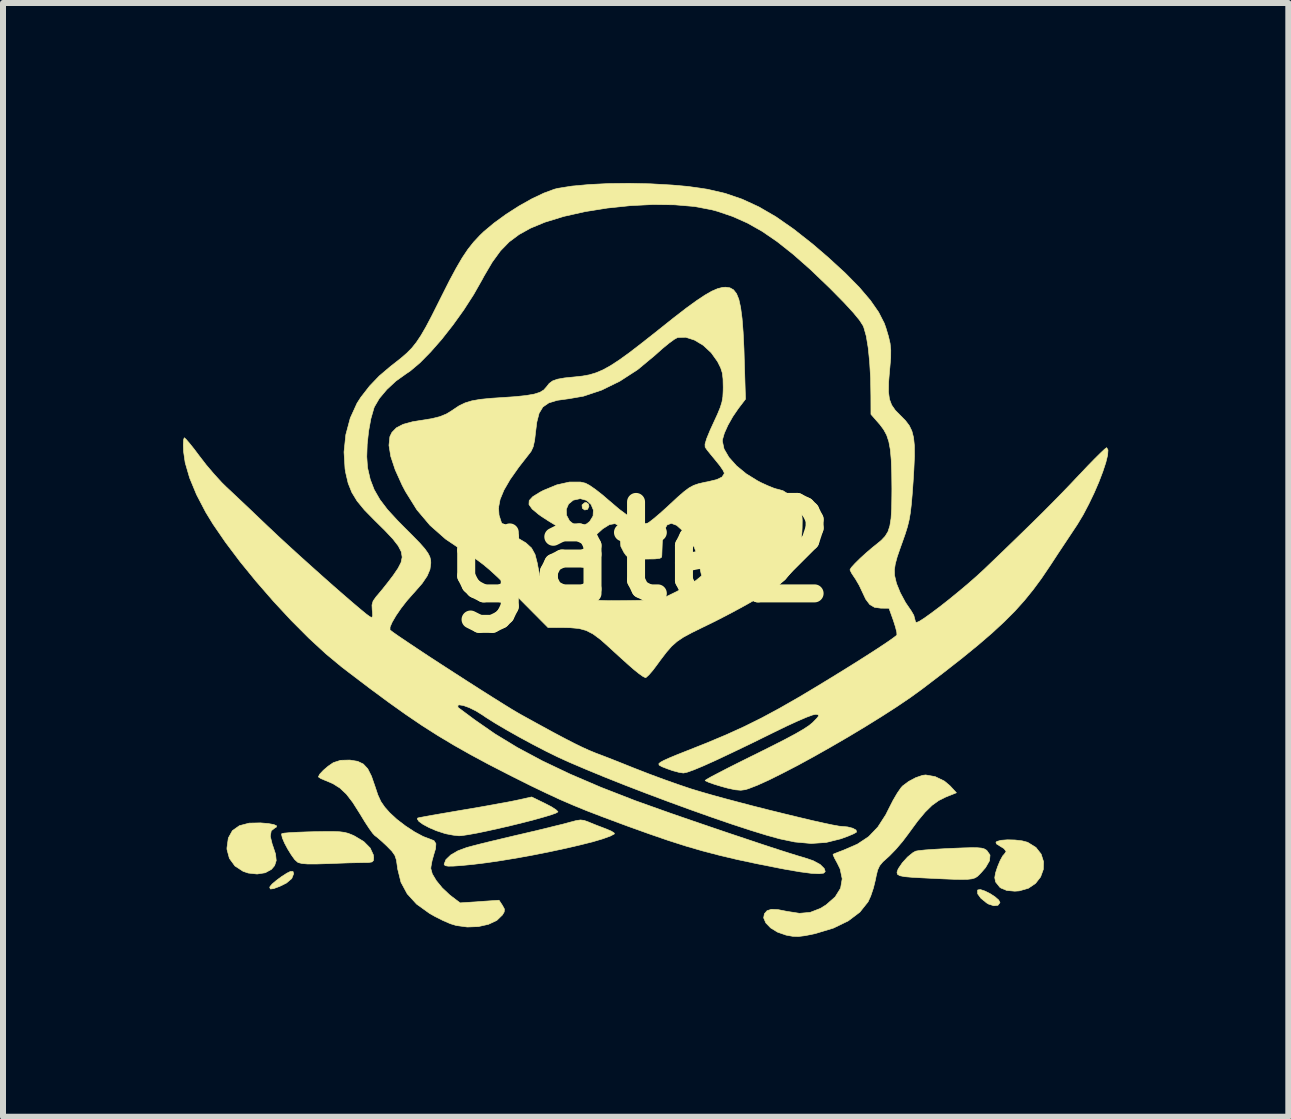
<source format=kicad_pcb>
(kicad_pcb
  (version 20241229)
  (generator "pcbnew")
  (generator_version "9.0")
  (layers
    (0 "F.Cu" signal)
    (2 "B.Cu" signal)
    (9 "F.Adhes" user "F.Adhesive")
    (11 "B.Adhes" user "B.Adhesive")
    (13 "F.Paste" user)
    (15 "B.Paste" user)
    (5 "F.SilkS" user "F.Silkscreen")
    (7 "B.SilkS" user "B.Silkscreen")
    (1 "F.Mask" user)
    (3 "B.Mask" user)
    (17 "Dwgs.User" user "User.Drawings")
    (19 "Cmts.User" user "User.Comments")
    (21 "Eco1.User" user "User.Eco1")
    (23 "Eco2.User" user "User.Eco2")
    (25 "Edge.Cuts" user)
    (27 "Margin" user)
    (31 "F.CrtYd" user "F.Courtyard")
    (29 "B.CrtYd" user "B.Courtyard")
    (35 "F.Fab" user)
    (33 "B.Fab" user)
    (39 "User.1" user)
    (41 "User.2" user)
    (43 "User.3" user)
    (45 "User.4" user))
  (footprint "gate2"
    (layer "F.Cu")
    (at 7.622 6.149)
    (property "Reference" "gate2" (at 0 0 0) (layer "F.SilkS") (effects (font (size 1.524 1.524) (thickness 0.3))))
    (fp_poly (pts (xy -0.866 -0.799) (xy -0.857 -0.762) (xy -0.88 -0.711) (xy -0.928 -0.7) (xy -0.968 -0.73) (xy -0.973 -0.784) (xy -0.931 -0.821) (xy -0.903 -0.826) (xy -0.866 -0.799)) (stroke (width 0.01) (type solid)) (fill yes) (layer "F.SilkS"))
    (fp_poly (pts (xy -5.779 5.362) (xy -5.81 5.441) (xy -5.9 5.517) (xy -6.009 5.571) (xy -6.111 5.609) (xy -6.165 5.616) (xy -6.177 5.592) (xy -6.173 5.576) (xy -6.137 5.533) (xy -6.065 5.472) (xy -5.977 5.407) (xy -5.891 5.352) (xy -5.834 5.324) (xy -5.789 5.324) (xy -5.779 5.362)) (stroke (width 0.01) (type solid)) (fill yes) (layer "F.SilkS"))
    (fp_poly (pts (xy 5.739 5.649) (xy 5.826 5.692) (xy 5.909 5.746) (xy 5.97 5.799) (xy 5.992 5.841) (xy 5.992 5.842) (xy 5.958 5.887) (xy 5.89 5.895) (xy 5.802 5.867) (xy 5.77 5.848) (xy 5.674 5.77) (xy 5.621 5.697) (xy 5.618 5.64) (xy 5.623 5.631) (xy 5.666 5.625) (xy 5.739 5.649)) (stroke (width 0.01) (type solid)) (fill yes) (layer "F.SilkS"))
    (fp_poly (pts (xy -6.201 4.525) (xy -6.108 4.542) (xy -6.062 4.564) (xy -6.069 4.586) (xy -6.088 4.595) (xy -6.152 4.646) (xy -6.168 4.737) (xy -6.136 4.868) (xy -6.128 4.889) (xy -6.08 5.034) (xy -6.069 5.142) (xy -6.096 5.226) (xy -6.148 5.288) (xy -6.252 5.345) (xy -6.388 5.366) (xy -6.535 5.35) (xy -6.621 5.321) (xy -6.757 5.232) (xy -6.849 5.106) (xy -6.889 4.958) (xy -6.89 4.932) (xy -6.867 4.766) (xy -6.799 4.643) (xy -6.683 4.561) (xy -6.52 4.518) (xy -6.332 4.514) (xy -6.201 4.525)) (stroke (width 0.01) (type solid)) (fill yes) (layer "F.SilkS"))
    (fp_poly (pts (xy 6.242 4.799) (xy 6.361 4.813) (xy 6.452 4.837) (xy 6.454 4.838) (xy 6.591 4.923) (xy 6.678 5.034) (xy 6.718 5.16) (xy 6.714 5.29) (xy 6.669 5.414) (xy 6.585 5.522) (xy 6.466 5.603) (xy 6.313 5.647) (xy 6.238 5.652) (xy 6.105 5.64) (xy 6.009 5.6) (xy 5.989 5.586) (xy 5.919 5.498) (xy 5.905 5.427) (xy 5.918 5.349) (xy 5.951 5.248) (xy 5.993 5.146) (xy 6.037 5.065) (xy 6.068 5.03) (xy 6.095 4.99) (xy 6.059 4.942) (xy 5.996 4.903) (xy 5.934 4.864) (xy 5.925 4.837) (xy 5.941 4.823) (xy 6.009 4.804) (xy 6.117 4.796) (xy 6.242 4.799)) (stroke (width 0.01) (type solid)) (fill yes) (layer "F.SilkS"))
    (fp_poly (pts (xy -5.01 4.662) (xy -4.933 4.672) (xy -4.87 4.688) (xy -4.807 4.713) (xy -4.76 4.735) (xy -4.609 4.826) (xy -4.503 4.933) (xy -4.45 5.048) (xy -4.445 5.093) (xy -4.449 5.141) (xy -4.473 5.165) (xy -4.531 5.174) (xy -4.615 5.175) (xy -4.712 5.177) (xy -4.854 5.18) (xy -5.023 5.186) (xy -5.199 5.193) (xy -5.21 5.193) (xy -5.403 5.199) (xy -5.542 5.199) (xy -5.638 5.191) (xy -5.699 5.176) (xy -5.712 5.169) (xy -5.76 5.126) (xy -5.817 5.047) (xy -5.877 4.95) (xy -5.93 4.851) (xy -5.967 4.764) (xy -5.98 4.706) (xy -5.976 4.693) (xy -5.938 4.685) (xy -5.848 4.677) (xy -5.717 4.67) (xy -5.556 4.664) (xy -5.445 4.661) (xy -5.253 4.658) (xy -5.112 4.658) (xy -5.01 4.662)) (stroke (width 0.01) (type solid)) (fill yes) (layer "F.SilkS"))
    (fp_poly (pts (xy 5.615 4.928) (xy 5.682 4.934) (xy 5.728 4.946) (xy 5.761 4.965) (xy 5.774 4.975) (xy 5.826 5.05) (xy 5.818 5.144) (xy 5.751 5.26) (xy 5.684 5.337) (xy 5.646 5.377) (xy 5.613 5.408) (xy 5.575 5.431) (xy 5.526 5.446) (xy 5.456 5.454) (xy 5.359 5.456) (xy 5.225 5.454) (xy 5.048 5.447) (xy 4.817 5.436) (xy 4.715 5.431) (xy 4.531 5.421) (xy 4.403 5.41) (xy 4.323 5.394) (xy 4.283 5.37) (xy 4.276 5.336) (xy 4.293 5.289) (xy 4.299 5.276) (xy 4.365 5.179) (xy 4.452 5.083) (xy 4.542 5.01) (xy 4.588 4.985) (xy 4.64 4.976) (xy 4.743 4.965) (xy 4.886 4.955) (xy 5.055 4.945) (xy 5.177 4.939) (xy 5.372 4.931) (xy 5.515 4.927) (xy 5.615 4.928)) (stroke (width 0.01) (type solid)) (fill yes) (layer "F.SilkS"))
    (fp_poly (pts (xy -1.588 4.191) (xy -1.484 4.245) (xy -1.409 4.293) (xy -1.375 4.326) (xy -1.375 4.331) (xy -1.409 4.351) (xy -1.496 4.382) (xy -1.624 4.42) (xy -1.785 4.465) (xy -1.968 4.512) (xy -2.164 4.56) (xy -2.362 4.606) (xy -2.552 4.648) (xy -2.725 4.684) (xy -2.87 4.71) (xy -2.977 4.726) (xy -3.024 4.729) (xy -3.121 4.718) (xy -3.237 4.696) (xy -3.27 4.687) (xy -3.401 4.644) (xy -3.522 4.592) (xy -3.623 4.538) (xy -3.692 4.488) (xy -3.718 4.448) (xy -3.711 4.433) (xy -3.678 4.425) (xy -3.591 4.409) (xy -3.459 4.385) (xy -3.292 4.356) (xy -3.099 4.323) (xy -3 4.306) (xy -2.779 4.269) (xy -2.563 4.231) (xy -2.366 4.195) (xy -2.2 4.165) (xy -2.08 4.141) (xy -2.057 4.136) (xy -1.812 4.082) (xy -1.588 4.191)) (stroke (width 0.01) (type solid)) (fill yes) (layer "F.SilkS"))
    (fp_poly (pts (xy -0.937 4.473) (xy -0.865 4.499) (xy -0.849 4.506) (xy -0.733 4.553) (xy -0.602 4.603) (xy -0.561 4.619) (xy -0.48 4.654) (xy -0.436 4.684) (xy -0.434 4.698) (xy -0.502 4.734) (xy -0.624 4.778) (xy -0.792 4.828) (xy -0.998 4.88) (xy -1.234 4.935) (xy -1.49 4.99) (xy -1.759 5.044) (xy -2.032 5.094) (xy -2.301 5.139) (xy -2.557 5.177) (xy -2.792 5.206) (xy -2.977 5.224) (xy -3.116 5.234) (xy -3.204 5.235) (xy -3.251 5.227) (xy -3.269 5.21) (xy -3.27 5.2) (xy -3.241 5.126) (xy -3.161 5.049) (xy -3.041 4.979) (xy -2.893 4.924) (xy -2.892 4.924) (xy -2.796 4.898) (xy -2.652 4.861) (xy -2.472 4.817) (xy -2.27 4.769) (xy -2.06 4.719) (xy -2.032 4.713) (xy -1.823 4.664) (xy -1.621 4.616) (xy -1.44 4.571) (xy -1.292 4.535) (xy -1.192 4.508) (xy -1.182 4.505) (xy -1.072 4.476) (xy -0.998 4.465) (xy -0.937 4.473)) (stroke (width 0.01) (type solid)) (fill yes) (layer "F.SilkS"))
    (fp_poly (pts (xy 4.912 3.743) (xy 5.065 3.817) (xy 5.161 3.898) (xy 5.266 4.012) (xy 5.086 4.084) (xy 4.97 4.142) (xy 4.859 4.222) (xy 4.745 4.334) (xy 4.619 4.485) (xy 4.473 4.684) (xy 4.466 4.694) (xy 4.367 4.825) (xy 4.256 4.955) (xy 4.153 5.061) (xy 4.127 5.085) (xy 4.04 5.163) (xy 3.987 5.227) (xy 3.953 5.3) (xy 3.928 5.404) (xy 3.917 5.461) (xy 3.883 5.599) (xy 3.838 5.733) (xy 3.794 5.829) (xy 3.657 6.001) (xy 3.464 6.147) (xy 3.217 6.267) (xy 2.919 6.357) (xy 2.899 6.362) (xy 2.747 6.393) (xy 2.634 6.407) (xy 2.538 6.404) (xy 2.437 6.386) (xy 2.424 6.383) (xy 2.284 6.334) (xy 2.17 6.264) (xy 2.09 6.181) (xy 2.054 6.097) (xy 2.066 6.029) (xy 2.111 5.977) (xy 2.183 5.954) (xy 2.292 5.959) (xy 2.445 5.989) (xy 2.651 6.021) (xy 2.83 6.005) (xy 3 5.939) (xy 3.095 5.88) (xy 3.246 5.747) (xy 3.336 5.602) (xy 3.363 5.446) (xy 3.328 5.281) (xy 3.282 5.187) (xy 3.238 5.106) (xy 3.213 5.051) (xy 3.211 5.037) (xy 3.245 5.022) (xy 3.32 4.993) (xy 3.381 4.97) (xy 3.616 4.868) (xy 3.804 4.743) (xy 3.957 4.583) (xy 4.089 4.378) (xy 4.143 4.27) (xy 4.211 4.137) (xy 4.282 4.016) (xy 4.344 3.927) (xy 4.369 3.899) (xy 4.469 3.824) (xy 4.587 3.761) (xy 4.7 3.722) (xy 4.754 3.715) (xy 4.912 3.743)) (stroke (width 0.01) (type solid)) (fill yes) (layer "F.SilkS"))
    (fp_poly (pts (xy -4.836 3.468) (xy -4.712 3.488) (xy -4.618 3.533) (xy -4.544 3.612) (xy -4.482 3.735) (xy -4.424 3.902) (xy -4.375 4.049) (xy -4.325 4.158) (xy -4.261 4.251) (xy -4.18 4.343) (xy -4.06 4.454) (xy -3.915 4.565) (xy -3.762 4.665) (xy -3.62 4.741) (xy -3.514 4.781) (xy -3.44 4.81) (xy -3.408 4.861) (xy -3.414 4.945) (xy -3.442 5.037) (xy -3.472 5.145) (xy -3.49 5.243) (xy -3.493 5.274) (xy -3.468 5.365) (xy -3.401 5.477) (xy -3.302 5.598) (xy -3.181 5.712) (xy -3.144 5.741) (xy -3.004 5.847) (xy -2.356 5.803) (xy -2.301 5.886) (xy -2.266 5.95) (xy -2.27 5.998) (xy -2.299 6.048) (xy -2.393 6.139) (xy -2.532 6.204) (xy -2.701 6.242) (xy -2.885 6.249) (xy -3.069 6.224) (xy -3.167 6.194) (xy -3.288 6.142) (xy -3.425 6.073) (xy -3.516 6.021) (xy -3.73 5.867) (xy -3.886 5.696) (xy -3.99 5.503) (xy -4.046 5.278) (xy -4.05 5.243) (xy -4.066 5.133) (xy -4.092 5.055) (xy -4.14 4.987) (xy -4.223 4.902) (xy -4.228 4.897) (xy -4.314 4.817) (xy -4.387 4.754) (xy -4.429 4.722) (xy -4.462 4.686) (xy -4.519 4.607) (xy -4.592 4.496) (xy -4.672 4.364) (xy -4.674 4.361) (xy -4.793 4.173) (xy -4.9 4.034) (xy -5.008 3.933) (xy -5.126 3.859) (xy -5.247 3.808) (xy -5.322 3.777) (xy -5.363 3.75) (xy -5.366 3.745) (xy -5.342 3.7) (xy -5.282 3.636) (xy -5.203 3.569) (xy -5.123 3.514) (xy -5.111 3.508) (xy -4.996 3.471) (xy -4.851 3.467) (xy -4.836 3.468)) (stroke (width 0.01) (type solid)) (fill yes) (layer "F.SilkS"))
    (fp_poly (pts (xy 1.491 -4.403) (xy 1.551 -4.37) (xy 1.601 -4.307) (xy 1.64 -4.211) (xy 1.67 -4.075) (xy 1.694 -3.894) (xy 1.712 -3.663) (xy 1.726 -3.377) (xy 1.731 -3.202) (xy 1.751 -2.547) (xy 1.633 -2.393) (xy 1.54 -2.257) (xy 1.459 -2.114) (xy 1.399 -1.981) (xy 1.368 -1.874) (xy 1.366 -1.846) (xy 1.394 -1.717) (xy 1.475 -1.578) (xy 1.601 -1.437) (xy 1.764 -1.303) (xy 1.955 -1.185) (xy 2.015 -1.154) (xy 2.127 -1.103) (xy 2.219 -1.066) (xy 2.276 -1.048) (xy 2.281 -1.048) (xy 2.375 -1.022) (xy 2.48 -0.956) (xy 2.576 -0.864) (xy 2.639 -0.769) (xy 2.671 -0.695) (xy 2.69 -0.621) (xy 2.697 -0.53) (xy 2.695 -0.404) (xy 2.691 -0.323) (xy 2.665 -0.065) (xy 2.612 0.143) (xy 2.531 0.313) (xy 2.416 0.455) (xy 2.405 0.466) (xy 2.31 0.543) (xy 2.165 0.642) (xy 1.979 0.756) (xy 1.76 0.881) (xy 1.517 1.013) (xy 1.258 1.147) (xy 1.035 1.256) (xy 0.854 1.345) (xy 0.717 1.419) (xy 0.61 1.491) (xy 0.52 1.571) (xy 0.432 1.672) (xy 0.332 1.803) (xy 0.287 1.865) (xy 0.21 1.968) (xy 0.143 2.046) (xy 0.096 2.089) (xy 0.085 2.094) (xy 0.043 2.074) (xy -0.03 2.022) (xy -0.108 1.959) (xy -0.201 1.878) (xy -0.321 1.77) (xy -0.448 1.654) (xy -0.513 1.594) (xy -0.663 1.46) (xy -0.788 1.367) (xy -0.904 1.307) (xy -1.028 1.274) (xy -1.174 1.261) (xy -1.27 1.259) (xy -1.54 1.258) (xy -2.064 0.73) (xy -2.242 0.552) (xy -2.386 0.412) (xy -2.507 0.301) (xy -2.613 0.212) (xy -2.715 0.135) (xy -2.823 0.063) (xy -2.937 -0.007) (xy -3.248 -0.217) (xy -3.506 -0.445) (xy -3.725 -0.704) (xy -3.748 -0.741) (xy -2.364 -0.741) (xy -2.356 -0.615) (xy -2.316 -0.491) (xy -2.302 -0.46) (xy -2.245 -0.373) (xy -2.161 -0.301) (xy -2.049 -0.236) (xy -1.909 -0.153) (xy -1.815 -0.067) (xy -1.756 0.04) (xy -1.718 0.187) (xy -1.709 0.239) (xy -1.678 0.389) (xy -1.635 0.493) (xy -1.568 0.568) (xy -1.468 0.631) (xy -1.456 0.637) (xy -1.312 0.701) (xy -1.159 0.749) (xy -0.986 0.782) (xy -0.782 0.802) (xy -0.535 0.811) (xy -0.28 0.81) (xy 0.314 0.801) (xy 0.578 0.672) (xy 0.707 0.605) (xy 0.824 0.539) (xy 0.91 0.485) (xy 0.931 0.47) (xy 1.02 0.396) (xy 0.967 0.158) (xy 0.929 0.006) (xy 0.887 -0.108) (xy 0.829 -0.206) (xy 0.743 -0.313) (xy 0.708 -0.352) (xy 0.604 -0.445) (xy 0.515 -0.478) (xy 0.445 -0.451) (xy 0.396 -0.365) (xy 0.368 -0.223) (xy 0.364 -0.143) (xy 0.36 -0.035) (xy 0.357 0.05) (xy 0.354 0.085) (xy 0.325 0.105) (xy 0.242 0.115) (xy 0.1 0.117) (xy 0.073 0.117) (xy -0.06 0.113) (xy -0.146 0.106) (xy -0.199 0.09) (xy -0.236 0.06) (xy -0.272 0.011) (xy -0.276 0.004) (xy -0.326 -0.093) (xy -0.334 -0.19) (xy -0.33 -0.222) (xy -0.325 -0.354) (xy -0.359 -0.438) (xy -0.424 -0.473) (xy -0.515 -0.457) (xy -0.626 -0.388) (xy -0.706 -0.316) (xy -0.81 -0.22) (xy -0.883 -0.176) (xy -0.917 -0.174) (xy -0.996 -0.211) (xy -1.113 -0.272) (xy -1.252 -0.35) (xy -1.398 -0.436) (xy -1.534 -0.519) (xy -1.647 -0.592) (xy -1.7 -0.63) (xy -1.797 -0.712) (xy -1.235 -0.712) (xy -1.231 -0.613) (xy -1.181 -0.519) (xy -1.095 -0.45) (xy -0.997 -0.43) (xy -0.893 -0.47) (xy -0.844 -0.51) (xy -0.789 -0.6) (xy -0.784 -0.7) (xy -0.822 -0.792) (xy -0.897 -0.861) (xy -1.001 -0.889) (xy -1.005 -0.889) (xy -1.119 -0.864) (xy -1.197 -0.8) (xy -1.235 -0.712) (xy -1.797 -0.712) (xy -1.805 -0.719) (xy -1.857 -0.792) (xy -1.853 -0.858) (xy -1.793 -0.923) (xy -1.673 -0.997) (xy -1.618 -1.026) (xy -1.393 -1.119) (xy -1.183 -1.166) (xy -0.998 -1.166) (xy -0.916 -1.147) (xy -0.848 -1.111) (xy -0.748 -1.042) (xy -0.632 -0.951) (xy -0.538 -0.87) (xy -0.352 -0.712) (xy -0.188 -0.59) (xy -0.053 -0.508) (xy 0.05 -0.469) (xy 0.099 -0.468) (xy 0.144 -0.495) (xy 0.224 -0.557) (xy 0.329 -0.646) (xy 0.449 -0.754) (xy 0.481 -0.784) (xy 0.62 -0.913) (xy 0.726 -1.005) (xy 0.81 -1.068) (xy 0.887 -1.11) (xy 0.969 -1.138) (xy 1.068 -1.161) (xy 1.127 -1.172) (xy 1.272 -1.207) (xy 1.359 -1.249) (xy 1.395 -1.302) (xy 1.397 -1.319) (xy 1.377 -1.362) (xy 1.326 -1.437) (xy 1.254 -1.526) (xy 1.252 -1.529) (xy 1.175 -1.622) (xy 1.112 -1.7) (xy 1.079 -1.748) (xy 1.077 -1.798) (xy 1.105 -1.891) (xy 1.163 -2.032) (xy 1.215 -2.145) (xy 1.285 -2.297) (xy 1.331 -2.409) (xy 1.359 -2.5) (xy 1.374 -2.586) (xy 1.379 -2.686) (xy 1.38 -2.746) (xy 1.377 -2.884) (xy 1.365 -2.984) (xy 1.338 -3.069) (xy 1.29 -3.165) (xy 1.286 -3.173) (xy 1.18 -3.321) (xy 1.048 -3.444) (xy 0.901 -3.532) (xy 0.755 -3.579) (xy 0.621 -3.575) (xy 0.567 -3.546) (xy 0.479 -3.482) (xy 0.369 -3.392) (xy 0.248 -3.284) (xy 0.233 -3.271) (xy -0.045 -3.04) (xy -0.343 -2.847) (xy -0.647 -2.698) (xy -0.949 -2.597) (xy -1.191 -2.555) (xy -1.386 -2.528) (xy -1.527 -2.485) (xy -1.625 -2.417) (xy -1.688 -2.313) (xy -1.726 -2.166) (xy -1.745 -2.015) (xy -1.763 -1.86) (xy -1.787 -1.753) (xy -1.821 -1.679) (xy -1.838 -1.656) (xy -2.027 -1.414) (xy -2.172 -1.208) (xy -2.274 -1.032) (xy -2.338 -0.878) (xy -2.364 -0.741) (xy -3.748 -0.741) (xy -3.914 -1.007) (xy -3.969 -1.111) (xy -4.086 -1.37) (xy -4.16 -1.593) (xy -4.19 -1.778) (xy -4.175 -1.922) (xy -4.141 -1.993) (xy -4.066 -2.07) (xy -3.954 -2.128) (xy -3.796 -2.171) (xy -3.661 -2.193) (xy -3.479 -2.222) (xy -3.342 -2.256) (xy -3.234 -2.3) (xy -3.136 -2.36) (xy -3.119 -2.372) (xy -3.023 -2.436) (xy -2.924 -2.484) (xy -2.81 -2.519) (xy -2.669 -2.544) (xy -2.487 -2.562) (xy -2.319 -2.573) (xy -2.084 -2.589) (xy -1.904 -2.608) (xy -1.771 -2.631) (xy -1.676 -2.661) (xy -1.611 -2.7) (xy -1.567 -2.749) (xy -1.52 -2.809) (xy -1.463 -2.851) (xy -1.382 -2.88) (xy -1.264 -2.901) (xy -1.096 -2.918) (xy -1.094 -2.918) (xy -0.966 -2.932) (xy -0.85 -2.953) (xy -0.738 -2.987) (xy -0.623 -3.036) (xy -0.498 -3.105) (xy -0.355 -3.198) (xy -0.187 -3.319) (xy 0.012 -3.472) (xy 0.252 -3.661) (xy 0.308 -3.706) (xy 0.557 -3.904) (xy 0.764 -4.064) (xy 0.935 -4.188) (xy 1.075 -4.281) (xy 1.19 -4.347) (xy 1.285 -4.388) (xy 1.366 -4.409) (xy 1.419 -4.413) (xy 1.491 -4.403)) (stroke (width 0.01) (type solid)) (fill yes) (layer "F.SilkS"))
    (fp_poly (pts (xy 0.169 -6.136) (xy 0.52 -6.116) (xy 0.794 -6.092) (xy 1.113 -6.046) (xy 1.411 -5.977) (xy 1.695 -5.88) (xy 1.975 -5.751) (xy 2.259 -5.586) (xy 2.555 -5.38) (xy 2.872 -5.13) (xy 3.127 -4.911) (xy 3.415 -4.647) (xy 3.649 -4.409) (xy 3.833 -4.193) (xy 3.97 -3.996) (xy 4.064 -3.812) (xy 4.09 -3.739) (xy 4.134 -3.593) (xy 4.161 -3.476) (xy 4.172 -3.365) (xy 4.171 -3.238) (xy 4.157 -3.074) (xy 4.153 -3.035) (xy 4.136 -2.828) (xy 4.134 -2.669) (xy 4.15 -2.547) (xy 4.187 -2.449) (xy 4.248 -2.361) (xy 4.337 -2.271) (xy 4.418 -2.189) (xy 4.48 -2.107) (xy 4.524 -2.016) (xy 4.552 -1.907) (xy 4.566 -1.77) (xy 4.567 -1.596) (xy 4.557 -1.375) (xy 4.545 -1.176) (xy 4.529 -0.956) (xy 4.514 -0.786) (xy 4.498 -0.65) (xy 4.478 -0.534) (xy 4.451 -0.423) (xy 4.414 -0.304) (xy 4.364 -0.162) (xy 4.334 -0.079) (xy 4.279 0.081) (xy 4.247 0.2) (xy 4.233 0.294) (xy 4.235 0.382) (xy 4.236 0.392) (xy 4.267 0.523) (xy 4.331 0.68) (xy 4.418 0.842) (xy 4.513 0.981) (xy 4.556 1.055) (xy 4.572 1.116) (xy 4.585 1.165) (xy 4.601 1.175) (xy 4.648 1.155) (xy 4.734 1.1) (xy 4.851 1.016) (xy 4.991 0.911) (xy 5.145 0.79) (xy 5.304 0.66) (xy 5.461 0.528) (xy 5.606 0.401) (xy 5.732 0.285) (xy 5.736 0.281) (xy 6.028 0.001) (xy 6.28 -0.243) (xy 6.499 -0.456) (xy 6.691 -0.645) (xy 6.862 -0.817) (xy 7.02 -0.978) (xy 7.17 -1.134) (xy 7.32 -1.293) (xy 7.322 -1.294) (xy 7.453 -1.433) (xy 7.571 -1.554) (xy 7.668 -1.65) (xy 7.736 -1.714) (xy 7.769 -1.739) (xy 7.77 -1.739) (xy 7.792 -1.7) (xy 7.786 -1.615) (xy 7.756 -1.492) (xy 7.706 -1.34) (xy 7.64 -1.167) (xy 7.561 -0.984) (xy 7.472 -0.799) (xy 7.378 -0.62) (xy 7.28 -0.457) (xy 7.246 -0.406) (xy 7.171 -0.293) (xy 7.072 -0.144) (xy 6.961 0.023) (xy 6.85 0.193) (xy 6.82 0.238) (xy 6.683 0.441) (xy 6.544 0.629) (xy 6.398 0.809) (xy 6.24 0.985) (xy 6.062 1.163) (xy 5.861 1.349) (xy 5.63 1.548) (xy 5.363 1.766) (xy 5.054 2.008) (xy 4.699 2.279) (xy 4.683 2.291) (xy 4.492 2.429) (xy 4.266 2.582) (xy 4.014 2.744) (xy 3.743 2.912) (xy 3.46 3.082) (xy 3.174 3.248) (xy 2.891 3.408) (xy 2.62 3.556) (xy 2.367 3.687) (xy 2.142 3.799) (xy 1.95 3.886) (xy 1.8 3.944) (xy 1.748 3.96) (xy 1.673 3.97) (xy 1.58 3.962) (xy 1.454 3.935) (xy 1.359 3.909) (xy 1.236 3.872) (xy 1.141 3.839) (xy 1.087 3.814) (xy 1.079 3.806) (xy 1.107 3.787) (xy 1.184 3.743) (xy 1.305 3.68) (xy 1.461 3.599) (xy 1.646 3.506) (xy 1.853 3.403) (xy 1.915 3.373) (xy 2.189 3.236) (xy 2.411 3.123) (xy 2.585 3.03) (xy 2.716 2.954) (xy 2.81 2.892) (xy 2.871 2.842) (xy 2.874 2.839) (xy 2.943 2.768) (xy 2.971 2.73) (xy 2.962 2.712) (xy 2.926 2.704) (xy 2.872 2.715) (xy 2.768 2.753) (xy 2.619 2.817) (xy 2.432 2.903) (xy 2.212 3.01) (xy 2.212 3.01) (xy 1.84 3.193) (xy 1.523 3.345) (xy 1.26 3.469) (xy 1.049 3.564) (xy 0.888 3.631) (xy 0.778 3.67) (xy 0.717 3.683) (xy 0.644 3.672) (xy 0.539 3.644) (xy 0.456 3.615) (xy 0.358 3.577) (xy 0.312 3.551) (xy 0.307 3.528) (xy 0.334 3.504) (xy 0.387 3.475) (xy 0.484 3.431) (xy 0.612 3.378) (xy 0.728 3.332) (xy 1.101 3.184) (xy 1.43 3.046) (xy 1.731 2.909) (xy 2.023 2.764) (xy 2.32 2.604) (xy 2.641 2.42) (xy 2.834 2.305) (xy 3.085 2.153) (xy 3.328 2.004) (xy 3.555 1.863) (xy 3.762 1.732) (xy 3.942 1.616) (xy 4.089 1.519) (xy 4.197 1.444) (xy 4.261 1.396) (xy 4.275 1.38) (xy 4.272 1.334) (xy 4.25 1.248) (xy 4.216 1.141) (xy 4.143 0.937) (xy 4.008 0.936) (xy 3.902 0.922) (xy 3.822 0.875) (xy 3.755 0.786) (xy 3.699 0.667) (xy 3.646 0.555) (xy 3.584 0.449) (xy 3.566 0.423) (xy 3.519 0.352) (xy 3.494 0.301) (xy 3.493 0.295) (xy 3.515 0.258) (xy 3.575 0.192) (xy 3.661 0.107) (xy 3.763 0.014) (xy 3.867 -0.075) (xy 3.93 -0.125) (xy 4.015 -0.195) (xy 4.079 -0.263) (xy 4.126 -0.34) (xy 4.157 -0.436) (xy 4.177 -0.561) (xy 4.187 -0.725) (xy 4.19 -0.937) (xy 4.191 -1.054) (xy 4.188 -1.322) (xy 4.18 -1.536) (xy 4.165 -1.705) (xy 4.14 -1.839) (xy 4.104 -1.948) (xy 4.054 -2.04) (xy 3.99 -2.126) (xy 3.973 -2.145) (xy 3.842 -2.295) (xy 3.841 -2.6) (xy 3.836 -2.897) (xy 3.82 -3.168) (xy 3.796 -3.404) (xy 3.764 -3.598) (xy 3.724 -3.739) (xy 3.71 -3.773) (xy 3.652 -3.863) (xy 3.547 -3.991) (xy 3.393 -4.158) (xy 3.19 -4.364) (xy 3.145 -4.409) (xy 2.831 -4.71) (xy 2.545 -4.962) (xy 2.28 -5.172) (xy 2.029 -5.344) (xy 1.784 -5.482) (xy 1.537 -5.592) (xy 1.283 -5.678) (xy 1.191 -5.703) (xy 0.904 -5.758) (xy 0.573 -5.786) (xy 0.212 -5.791) (xy -0.167 -5.772) (xy -0.55 -5.732) (xy -0.925 -5.672) (xy -1.276 -5.593) (xy -1.592 -5.496) (xy -1.829 -5.398) (xy -2.022 -5.291) (xy -2.187 -5.168) (xy -2.332 -5.019) (xy -2.469 -4.831) (xy -2.608 -4.595) (xy -2.636 -4.542) (xy -2.779 -4.29) (xy -2.944 -4.034) (xy -3.124 -3.783) (xy -3.31 -3.546) (xy -3.496 -3.334) (xy -3.673 -3.154) (xy -3.834 -3.018) (xy -3.905 -2.97) (xy -4.073 -2.85) (xy -4.226 -2.708) (xy -4.351 -2.559) (xy -4.433 -2.419) (xy -4.441 -2.398) (xy -4.491 -2.224) (xy -4.529 -2.016) (xy -4.553 -1.796) (xy -4.56 -1.588) (xy -4.548 -1.413) (xy -4.545 -1.395) (xy -4.502 -1.209) (xy -4.437 -1.04) (xy -4.343 -0.876) (xy -4.214 -0.706) (xy -4.041 -0.518) (xy -3.955 -0.431) (xy -3.797 -0.273) (xy -3.678 -0.151) (xy -3.595 -0.057) (xy -3.541 0.018) (xy -3.509 0.08) (xy -3.495 0.137) (xy -3.493 0.184) (xy -3.507 0.29) (xy -3.553 0.399) (xy -3.637 0.523) (xy -3.766 0.671) (xy -3.792 0.699) (xy -3.894 0.815) (xy -3.99 0.939) (xy -4.073 1.06) (xy -4.136 1.168) (xy -4.172 1.25) (xy -4.173 1.297) (xy -4.171 1.3) (xy -4.119 1.34) (xy -4.02 1.409) (xy -3.882 1.502) (xy -3.713 1.615) (xy -3.521 1.742) (xy -3.312 1.878) (xy -3.094 2.019) (xy -2.875 2.16) (xy -2.662 2.296) (xy -2.463 2.422) (xy -2.284 2.534) (xy -2.135 2.626) (xy -2.021 2.693) (xy -1.984 2.714) (xy -1.699 2.871) (xy -1.461 3.001) (xy -1.265 3.105) (xy -1.104 3.188) (xy -0.971 3.253) (xy -0.859 3.304) (xy -0.762 3.344) (xy -0.74 3.353) (xy -0.631 3.394) (xy -0.481 3.452) (xy -0.307 3.521) (xy -0.125 3.594) (xy -0.064 3.618) (xy 0.147 3.7) (xy 0.387 3.789) (xy 0.627 3.874) (xy 0.84 3.946) (xy 0.853 3.95) (xy 1.002 3.995) (xy 1.189 4.049) (xy 1.407 4.109) (xy 1.645 4.172) (xy 1.897 4.238) (xy 2.154 4.303) (xy 2.406 4.365) (xy 2.646 4.423) (xy 2.864 4.475) (xy 3.053 4.517) (xy 3.204 4.549) (xy 3.309 4.568) (xy 3.35 4.572) (xy 3.452 4.581) (xy 3.538 4.603) (xy 3.593 4.633) (xy 3.602 4.664) (xy 3.598 4.67) (xy 3.554 4.695) (xy 3.467 4.732) (xy 3.354 4.774) (xy 3.336 4.78) (xy 3.095 4.84) (xy 2.845 4.857) (xy 2.571 4.832) (xy 2.319 4.779) (xy 2.102 4.719) (xy 1.836 4.637) (xy 1.53 4.537) (xy 1.195 4.422) (xy 0.84 4.296) (xy 0.473 4.162) (xy 0.105 4.024) (xy -0.254 3.886) (xy -0.596 3.75) (xy -0.911 3.62) (xy -1.19 3.501) (xy -1.381 3.414) (xy -1.578 3.317) (xy -1.794 3.205) (xy -2.016 3.085) (xy -2.229 2.965) (xy -2.419 2.853) (xy -2.573 2.756) (xy -2.628 2.718) (xy -2.737 2.65) (xy -2.85 2.594) (xy -2.949 2.558) (xy -3.019 2.547) (xy -3.041 2.554) (xy -3.041 2.588) (xy -3.03 2.597) (xy -2.992 2.625) (xy -2.917 2.681) (xy -2.816 2.756) (xy -2.761 2.797) (xy -2.424 3.031) (xy -2.049 3.259) (xy -1.632 3.482) (xy -1.169 3.702) (xy -0.656 3.922) (xy -0.088 4.143) (xy 0.492 4.35) (xy 0.834 4.468) (xy 1.167 4.582) (xy 1.485 4.69) (xy 1.781 4.789) (xy 2.05 4.879) (xy 2.285 4.956) (xy 2.479 5.018) (xy 2.627 5.064) (xy 2.722 5.092) (xy 2.73 5.094) (xy 2.879 5.144) (xy 2.994 5.206) (xy 3.063 5.274) (xy 3.08 5.324) (xy 3.055 5.351) (xy 2.98 5.361) (xy 2.852 5.355) (xy 2.669 5.331) (xy 2.428 5.29) (xy 2.302 5.266) (xy 1.935 5.193) (xy 1.611 5.124) (xy 1.316 5.054) (xy 1.036 4.981) (xy 0.757 4.9) (xy 0.466 4.807) (xy 0.149 4.698) (xy -0.208 4.57) (xy -0.343 4.52) (xy -0.638 4.41) (xy -0.893 4.312) (xy -1.125 4.217) (xy -1.347 4.121) (xy -1.575 4.015) (xy -1.825 3.895) (xy -2.111 3.752) (xy -2.2 3.707) (xy -2.531 3.537) (xy -2.83 3.376) (xy -3.108 3.219) (xy -3.375 3.059) (xy -3.639 2.891) (xy -3.91 2.707) (xy -4.198 2.502) (xy -4.512 2.27) (xy -4.862 2.004) (xy -4.978 1.915) (xy -5.242 1.696) (xy -5.526 1.434) (xy -5.82 1.139) (xy -6.115 0.821) (xy -6.402 0.491) (xy -6.672 0.16) (xy -6.915 -0.163) (xy -7.123 -0.466) (xy -7.244 -0.664) (xy -7.397 -0.957) (xy -7.512 -1.235) (xy -7.586 -1.489) (xy -7.613 -1.675) (xy -7.617 -1.786) (xy -7.613 -1.868) (xy -7.602 -1.903) (xy -7.6 -1.904) (xy -7.572 -1.879) (xy -7.515 -1.813) (xy -7.437 -1.716) (xy -7.35 -1.6) (xy -7.235 -1.451) (xy -7.103 -1.296) (xy -6.976 -1.157) (xy -6.906 -1.088) (xy -6.814 -1.002) (xy -6.687 -0.882) (xy -6.536 -0.74) (xy -6.373 -0.584) (xy -6.207 -0.426) (xy -6.175 -0.396) (xy -6.031 -0.26) (xy -5.864 -0.106) (xy -5.683 0.059) (xy -5.494 0.229) (xy -5.304 0.399) (xy -5.119 0.563) (xy -4.946 0.714) (xy -4.792 0.847) (xy -4.663 0.956) (xy -4.567 1.035) (xy -4.509 1.077) (xy -4.505 1.08) (xy -4.474 1.09) (xy -4.462 1.065) (xy -4.466 0.992) (xy -4.469 0.971) (xy -4.473 0.883) (xy -4.454 0.816) (xy -4.403 0.744) (xy -4.374 0.711) (xy -4.299 0.621) (xy -4.207 0.505) (xy -4.117 0.387) (xy -4.116 0.385) (xy -4.039 0.272) (xy -3.989 0.175) (xy -3.97 0.086) (xy -3.984 -0.003) (xy -4.035 -0.102) (xy -4.125 -0.218) (xy -4.258 -0.359) (xy -4.431 -0.53) (xy -4.599 -0.701) (xy -4.722 -0.851) (xy -4.809 -0.994) (xy -4.87 -1.146) (xy -4.911 -1.321) (xy -4.922 -1.386) (xy -4.939 -1.667) (xy -4.909 -1.955) (xy -4.835 -2.232) (xy -4.722 -2.48) (xy -4.659 -2.578) (xy -4.512 -2.767) (xy -4.353 -2.933) (xy -4.161 -3.096) (xy -4.094 -3.148) (xy -3.984 -3.235) (xy -3.891 -3.316) (xy -3.809 -3.399) (xy -3.733 -3.494) (xy -3.657 -3.608) (xy -3.574 -3.751) (xy -3.479 -3.931) (xy -3.366 -4.156) (xy -3.312 -4.264) (xy -3.181 -4.524) (xy -3.068 -4.734) (xy -2.968 -4.905) (xy -2.874 -5.045) (xy -2.779 -5.165) (xy -2.678 -5.273) (xy -2.612 -5.337) (xy -2.439 -5.482) (xy -2.238 -5.628) (xy -2.024 -5.765) (xy -1.809 -5.886) (xy -1.607 -5.982) (xy -1.433 -6.046) (xy -1.375 -6.061) (xy -1.139 -6.098) (xy -0.853 -6.124) (xy -0.531 -6.14) (xy -0.186 -6.144) (xy 0.169 -6.136)) (stroke (width 0.01) (type solid)) (fill yes) (layer "F.SilkS")))
  (gr_rect
    (start -3 -3)
    (end 18.419 15.56)
    (stroke (width 0.1) (type default))
    (fill no)
    (layer "Edge.Cuts")))
</source>
